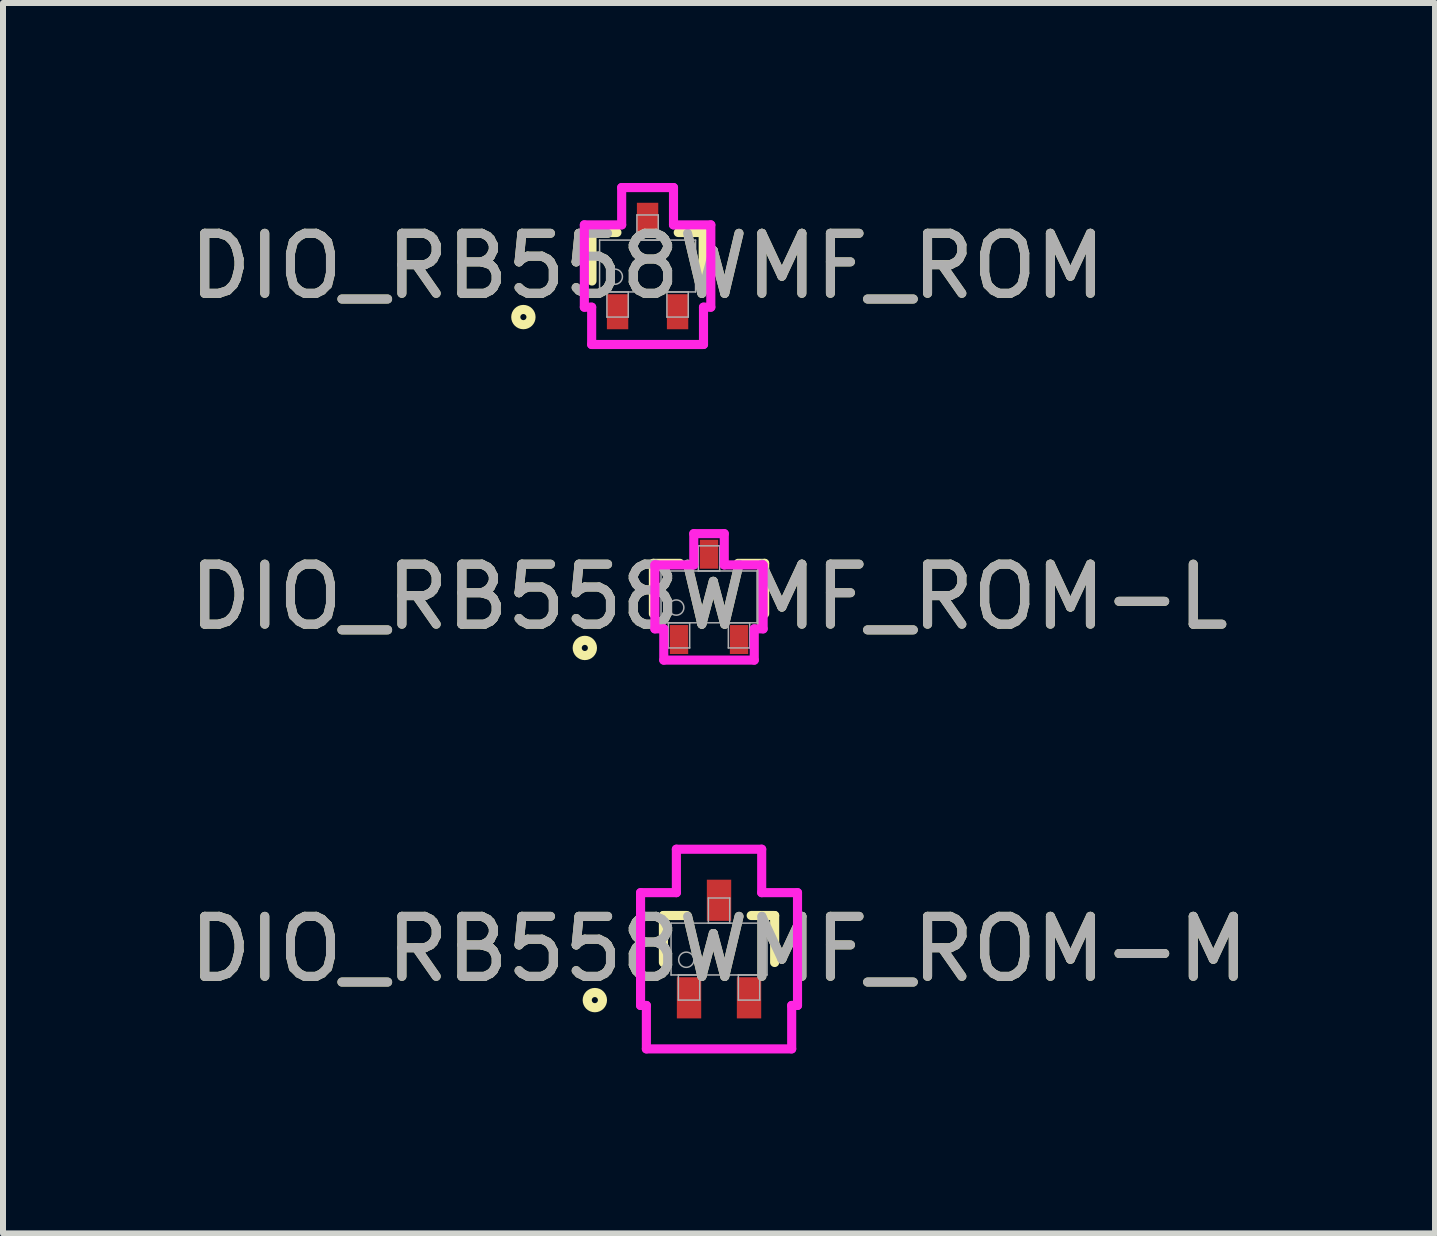
<source format=kicad_pcb>
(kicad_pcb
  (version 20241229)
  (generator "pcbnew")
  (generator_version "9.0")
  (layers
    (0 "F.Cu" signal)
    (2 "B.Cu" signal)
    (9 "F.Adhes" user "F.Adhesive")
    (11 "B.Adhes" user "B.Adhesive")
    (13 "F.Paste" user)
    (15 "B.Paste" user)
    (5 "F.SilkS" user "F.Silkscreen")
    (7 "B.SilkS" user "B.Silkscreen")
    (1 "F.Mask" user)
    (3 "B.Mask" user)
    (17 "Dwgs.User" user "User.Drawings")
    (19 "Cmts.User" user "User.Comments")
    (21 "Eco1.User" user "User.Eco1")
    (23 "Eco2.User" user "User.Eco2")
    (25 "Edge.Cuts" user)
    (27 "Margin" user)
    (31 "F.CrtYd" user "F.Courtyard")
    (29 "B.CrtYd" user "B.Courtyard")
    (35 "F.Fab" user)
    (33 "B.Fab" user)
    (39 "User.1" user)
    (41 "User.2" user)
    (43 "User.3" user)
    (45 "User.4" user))
  (footprint "DIO_RB558WMF_ROM-L"
    (layer "F.Cu")
    (at 8.768 6.899)
    (property "Reference" "DIO_RB558WMF_ROM-L" (at 0 0 0) (unlocked yes) (layer "F.SilkS") (effects (font (size 1 1) (thickness 0.15))))
    (attr smd)
    (fp_line (start -0.927 -0.559) (end -0.927 0.282) (stroke (width 0.152) (type solid)) (layer "F.SilkS"))
    (fp_line (start -0.485 -0.559) (end -0.927 -0.559) (stroke (width 0.152) (type solid)) (layer "F.SilkS"))
    (fp_line (start 0.927 -0.559) (end 0.485 -0.559) (stroke (width 0.152) (type solid)) (layer "F.SilkS"))
    (fp_line (start 0.927 0.282) (end 0.927 -0.559) (stroke (width 0.152) (type solid)) (layer "F.SilkS"))
    (fp_circle (center -2.07 0.851) (end -1.943 0.851) (stroke (width 0.152) (type solid)) (fill no) (layer "F.SilkS"))
    (fp_line (start -0.902 -0.533) (end -0.254 -0.533) (stroke (width 0.152) (type solid)) (layer "F.CrtYd"))
    (fp_line (start -0.902 0.533) (end -0.902 -0.533) (stroke (width 0.152) (type solid)) (layer "F.CrtYd"))
    (fp_line (start -0.902 0.533) (end -0.754 0.533) (stroke (width 0.152) (type solid)) (layer "F.CrtYd"))
    (fp_line (start -0.754 0.533) (end -0.754 1.054) (stroke (width 0.152) (type solid)) (layer "F.CrtYd"))
    (fp_line (start -0.754 1.054) (end 0.754 1.054) (stroke (width 0.152) (type solid)) (layer "F.CrtYd"))
    (fp_line (start -0.254 -1.054) (end 0.254 -1.054) (stroke (width 0.152) (type solid)) (layer "F.CrtYd"))
    (fp_line (start -0.254 -0.533) (end -0.254 -1.054) (stroke (width 0.152) (type solid)) (layer "F.CrtYd"))
    (fp_line (start 0.254 -0.533) (end 0.254 -1.054) (stroke (width 0.152) (type solid)) (layer "F.CrtYd"))
    (fp_line (start 0.754 0.533) (end 0.754 1.054) (stroke (width 0.152) (type solid)) (layer "F.CrtYd"))
    (fp_line (start 0.902 -0.533) (end 0.254 -0.533) (stroke (width 0.152) (type solid)) (layer "F.CrtYd"))
    (fp_line (start 0.902 -0.533) (end 0.902 0.533) (stroke (width 0.152) (type solid)) (layer "F.CrtYd"))
    (fp_line (start 0.902 0.533) (end 0.754 0.533) (stroke (width 0.152) (type solid)) (layer "F.CrtYd"))
    (fp_line (start -0.8 -0.432) (end -0.8 0.432) (stroke (width 0.025) (type solid)) (layer "F.Fab"))
    (fp_line (start -0.8 0.432) (end 0.8 0.432) (stroke (width 0.025) (type solid)) (layer "F.Fab"))
    (fp_line (start -0.678 0.432) (end -0.678 0.851) (stroke (width 0.025) (type solid)) (layer "F.Fab"))
    (fp_line (start -0.678 0.851) (end -0.322 0.851) (stroke (width 0.025) (type solid)) (layer "F.Fab"))
    (fp_line (start -0.322 0.432) (end -0.678 0.432) (stroke (width 0.025) (type solid)) (layer "F.Fab"))
    (fp_line (start -0.322 0.851) (end -0.322 0.432) (stroke (width 0.025) (type solid)) (layer "F.Fab"))
    (fp_line (start -0.178 -0.851) (end -0.178 -0.432) (stroke (width 0.025) (type solid)) (layer "F.Fab"))
    (fp_line (start -0.178 -0.432) (end 0.178 -0.432) (stroke (width 0.025) (type solid)) (layer "F.Fab"))
    (fp_line (start 0.178 -0.851) (end -0.178 -0.851) (stroke (width 0.025) (type solid)) (layer "F.Fab"))
    (fp_line (start 0.178 -0.432) (end 0.178 -0.851) (stroke (width 0.025) (type solid)) (layer "F.Fab"))
    (fp_line (start 0.322 0.432) (end 0.322 0.851) (stroke (width 0.025) (type solid)) (layer "F.Fab"))
    (fp_line (start 0.322 0.851) (end 0.678 0.851) (stroke (width 0.025) (type solid)) (layer "F.Fab"))
    (fp_line (start 0.678 0.432) (end 0.322 0.432) (stroke (width 0.025) (type solid)) (layer "F.Fab"))
    (fp_line (start 0.678 0.851) (end 0.678 0.432) (stroke (width 0.025) (type solid)) (layer "F.Fab"))
    (fp_line (start 0.8 -0.432) (end -0.8 -0.432) (stroke (width 0.025) (type solid)) (layer "F.Fab"))
    (fp_line (start 0.8 0.432) (end 0.8 -0.432) (stroke (width 0.025) (type solid)) (layer "F.Fab"))
    (fp_circle (center -0.546 0.178) (end -0.419 0.178) (stroke (width 0.025) (type solid)) (fill no) (layer "F.Fab"))
    (fp_text user "${REFERENCE}" (at 0 0 0) (unlocked yes) (layer "F.Fab") (effects (font (size 1 1) (thickness 0.15))))
    (pad "1" smd rect (at -0.5 0.711) (size 0.305 0.483) (layers "F.Cu" "F.Mask" "F.Paste"))
    (pad "2" smd rect (at 0.5 0.711) (size 0.305 0.483) (layers "F.Cu" "F.Mask" "F.Paste"))
    (pad "3" smd rect (at 0 -0.711) (size 0.305 0.483) (layers "F.Cu" "F.Mask" "F.Paste")))
  (footprint "DIO_RB558WMF_ROM-M"
    (layer "F.Cu")
    (at 8.935 12.769)
    (property "Reference" "DIO_RB558WMF_ROM-M" (at 0 0 0) (unlocked yes) (layer "F.SilkS") (effects (font (size 1 1) (thickness 0.15))))
    (attr smd)
    (fp_line (start -0.927 -0.559) (end -0.927 0.224) (stroke (width 0.152) (type solid)) (layer "F.SilkS"))
    (fp_line (start -0.536 -0.559) (end -0.927 -0.559) (stroke (width 0.152) (type solid)) (layer "F.SilkS"))
    (fp_line (start 0.927 -0.559) (end 0.536 -0.559) (stroke (width 0.152) (type solid)) (layer "F.SilkS"))
    (fp_line (start 0.927 0.224) (end 0.927 -0.559) (stroke (width 0.152) (type solid)) (layer "F.SilkS"))
    (fp_circle (center -2.07 0.851) (end -1.943 0.851) (stroke (width 0.152) (type solid)) (fill no) (layer "F.SilkS"))
    (fp_line (start -1.308 -0.94) (end -0.711 -0.94) (stroke (width 0.152) (type solid)) (layer "F.CrtYd"))
    (fp_line (start -1.308 0.94) (end -1.308 -0.94) (stroke (width 0.152) (type solid)) (layer "F.CrtYd"))
    (fp_line (start -1.308 0.94) (end -1.211 0.94) (stroke (width 0.152) (type solid)) (layer "F.CrtYd"))
    (fp_line (start -1.211 0.94) (end -1.211 1.664) (stroke (width 0.152) (type solid)) (layer "F.CrtYd"))
    (fp_line (start -1.211 1.664) (end 1.211 1.664) (stroke (width 0.152) (type solid)) (layer "F.CrtYd"))
    (fp_line (start -0.711 -1.664) (end 0.711 -1.664) (stroke (width 0.152) (type solid)) (layer "F.CrtYd"))
    (fp_line (start -0.711 -0.94) (end -0.711 -1.664) (stroke (width 0.152) (type solid)) (layer "F.CrtYd"))
    (fp_line (start 0.711 -0.94) (end 0.711 -1.664) (stroke (width 0.152) (type solid)) (layer "F.CrtYd"))
    (fp_line (start 1.211 0.94) (end 1.211 1.664) (stroke (width 0.152) (type solid)) (layer "F.CrtYd"))
    (fp_line (start 1.308 -0.94) (end 0.711 -0.94) (stroke (width 0.152) (type solid)) (layer "F.CrtYd"))
    (fp_line (start 1.308 -0.94) (end 1.308 0.94) (stroke (width 0.152) (type solid)) (layer "F.CrtYd"))
    (fp_line (start 1.308 0.94) (end 1.211 0.94) (stroke (width 0.152) (type solid)) (layer "F.CrtYd"))
    (fp_line (start -0.8 -0.432) (end -0.8 0.432) (stroke (width 0.025) (type solid)) (layer "F.Fab"))
    (fp_line (start -0.8 0.432) (end 0.8 0.432) (stroke (width 0.025) (type solid)) (layer "F.Fab"))
    (fp_line (start -0.678 0.432) (end -0.678 0.851) (stroke (width 0.025) (type solid)) (layer "F.Fab"))
    (fp_line (start -0.678 0.851) (end -0.322 0.851) (stroke (width 0.025) (type solid)) (layer "F.Fab"))
    (fp_line (start -0.322 0.432) (end -0.678 0.432) (stroke (width 0.025) (type solid)) (layer "F.Fab"))
    (fp_line (start -0.322 0.851) (end -0.322 0.432) (stroke (width 0.025) (type solid)) (layer "F.Fab"))
    (fp_line (start -0.178 -0.851) (end -0.178 -0.432) (stroke (width 0.025) (type solid)) (layer "F.Fab"))
    (fp_line (start -0.178 -0.432) (end 0.178 -0.432) (stroke (width 0.025) (type solid)) (layer "F.Fab"))
    (fp_line (start 0.178 -0.851) (end -0.178 -0.851) (stroke (width 0.025) (type solid)) (layer "F.Fab"))
    (fp_line (start 0.178 -0.432) (end 0.178 -0.851) (stroke (width 0.025) (type solid)) (layer "F.Fab"))
    (fp_line (start 0.322 0.432) (end 0.322 0.851) (stroke (width 0.025) (type solid)) (layer "F.Fab"))
    (fp_line (start 0.322 0.851) (end 0.678 0.851) (stroke (width 0.025) (type solid)) (layer "F.Fab"))
    (fp_line (start 0.678 0.432) (end 0.322 0.432) (stroke (width 0.025) (type solid)) (layer "F.Fab"))
    (fp_line (start 0.678 0.851) (end 0.678 0.432) (stroke (width 0.025) (type solid)) (layer "F.Fab"))
    (fp_line (start 0.8 -0.432) (end -0.8 -0.432) (stroke (width 0.025) (type solid)) (layer "F.Fab"))
    (fp_line (start 0.8 0.432) (end 0.8 -0.432) (stroke (width 0.025) (type solid)) (layer "F.Fab"))
    (fp_circle (center -0.546 0.178) (end -0.419 0.178) (stroke (width 0.025) (type solid)) (fill no) (layer "F.Fab"))
    (fp_text user "${REFERENCE}" (at 0 0 0) (unlocked yes) (layer "F.Fab") (effects (font (size 1 1) (thickness 0.15))))
    (pad "1" smd rect (at -0.5 0.813) (size 0.406 0.686) (layers "F.Cu" "F.Mask" "F.Paste"))
    (pad "2" smd rect (at 0.5 0.813) (size 0.406 0.686) (layers "F.Cu" "F.Mask" "F.Paste"))
    (pad "3" smd rect (at 0 -0.813) (size 0.406 0.686) (layers "F.Cu" "F.Mask" "F.Paste")))
  (footprint "DIO_RB558WMF_ROM"
    (layer "F.Cu")
    (at 7.744 1.384)
    (property "Reference" "DIO_RB558WMF_ROM" (at 0 0 0) (unlocked yes) (layer "F.SilkS") (effects (font (size 1 1) (thickness 0.15))))
    (attr smd)
    (fp_line (start -0.927 -0.559) (end -0.927 0.25) (stroke (width 0.152) (type solid)) (layer "F.SilkS"))
    (fp_line (start -0.511 -0.559) (end -0.927 -0.559) (stroke (width 0.152) (type solid)) (layer "F.SilkS"))
    (fp_line (start 0.927 -0.559) (end 0.511 -0.559) (stroke (width 0.152) (type solid)) (layer "F.SilkS"))
    (fp_line (start 0.927 0.25) (end 0.927 -0.559) (stroke (width 0.152) (type solid)) (layer "F.SilkS"))
    (fp_circle (center -2.07 0.851) (end -1.943 0.851) (stroke (width 0.152) (type solid)) (fill no) (layer "F.SilkS"))
    (fp_line (start -1.054 -0.686) (end -0.432 -0.686) (stroke (width 0.152) (type solid)) (layer "F.CrtYd"))
    (fp_line (start -1.054 0.686) (end -1.054 -0.686) (stroke (width 0.152) (type solid)) (layer "F.CrtYd"))
    (fp_line (start -1.054 0.686) (end -0.932 0.686) (stroke (width 0.152) (type solid)) (layer "F.CrtYd"))
    (fp_line (start -0.932 0.686) (end -0.932 1.308) (stroke (width 0.152) (type solid)) (layer "F.CrtYd"))
    (fp_line (start -0.932 1.308) (end 0.932 1.308) (stroke (width 0.152) (type solid)) (layer "F.CrtYd"))
    (fp_line (start -0.432 -1.308) (end 0.432 -1.308) (stroke (width 0.152) (type solid)) (layer "F.CrtYd"))
    (fp_line (start -0.432 -0.686) (end -0.432 -1.308) (stroke (width 0.152) (type solid)) (layer "F.CrtYd"))
    (fp_line (start 0.432 -0.686) (end 0.432 -1.308) (stroke (width 0.152) (type solid)) (layer "F.CrtYd"))
    (fp_line (start 0.932 0.686) (end 0.932 1.308) (stroke (width 0.152) (type solid)) (layer "F.CrtYd"))
    (fp_line (start 1.054 -0.686) (end 0.432 -0.686) (stroke (width 0.152) (type solid)) (layer "F.CrtYd"))
    (fp_line (start 1.054 -0.686) (end 1.054 0.686) (stroke (width 0.152) (type solid)) (layer "F.CrtYd"))
    (fp_line (start 1.054 0.686) (end 0.932 0.686) (stroke (width 0.152) (type solid)) (layer "F.CrtYd"))
    (fp_line (start -0.8 -0.432) (end -0.8 0.432) (stroke (width 0.025) (type solid)) (layer "F.Fab"))
    (fp_line (start -0.8 0.432) (end 0.8 0.432) (stroke (width 0.025) (type solid)) (layer "F.Fab"))
    (fp_line (start -0.678 0.432) (end -0.678 0.851) (stroke (width 0.025) (type solid)) (layer "F.Fab"))
    (fp_line (start -0.678 0.851) (end -0.322 0.851) (stroke (width 0.025) (type solid)) (layer "F.Fab"))
    (fp_line (start -0.322 0.432) (end -0.678 0.432) (stroke (width 0.025) (type solid)) (layer "F.Fab"))
    (fp_line (start -0.322 0.851) (end -0.322 0.432) (stroke (width 0.025) (type solid)) (layer "F.Fab"))
    (fp_line (start -0.178 -0.851) (end -0.178 -0.432) (stroke (width 0.025) (type solid)) (layer "F.Fab"))
    (fp_line (start -0.178 -0.432) (end 0.178 -0.432) (stroke (width 0.025) (type solid)) (layer "F.Fab"))
    (fp_line (start 0.178 -0.851) (end -0.178 -0.851) (stroke (width 0.025) (type solid)) (layer "F.Fab"))
    (fp_line (start 0.178 -0.432) (end 0.178 -0.851) (stroke (width 0.025) (type solid)) (layer "F.Fab"))
    (fp_line (start 0.322 0.432) (end 0.322 0.851) (stroke (width 0.025) (type solid)) (layer "F.Fab"))
    (fp_line (start 0.322 0.851) (end 0.678 0.851) (stroke (width 0.025) (type solid)) (layer "F.Fab"))
    (fp_line (start 0.678 0.432) (end 0.322 0.432) (stroke (width 0.025) (type solid)) (layer "F.Fab"))
    (fp_line (start 0.678 0.851) (end 0.678 0.432) (stroke (width 0.025) (type solid)) (layer "F.Fab"))
    (fp_line (start 0.8 -0.432) (end -0.8 -0.432) (stroke (width 0.025) (type solid)) (layer "F.Fab"))
    (fp_line (start 0.8 0.432) (end 0.8 -0.432) (stroke (width 0.025) (type solid)) (layer "F.Fab"))
    (fp_circle (center -0.546 0.178) (end -0.419 0.178) (stroke (width 0.025) (type solid)) (fill no) (layer "F.Fab"))
    (fp_text user "${REFERENCE}" (at 0 0 0) (unlocked yes) (layer "F.Fab") (effects (font (size 1 1) (thickness 0.15))))
    (pad "1" smd rect (at -0.5 0.762) (size 0.356 0.584) (layers "F.Cu" "F.Mask" "F.Paste"))
    (pad "2" smd rect (at 0.5 0.762) (size 0.356 0.584) (layers "F.Cu" "F.Mask" "F.Paste"))
    (pad "3" smd rect (at 0 -0.762) (size 0.356 0.584) (layers "F.Cu" "F.Mask" "F.Paste")))
  (gr_rect
    (start -3 -3)
    (end 20.869 17.509)
    (stroke (width 0.1) (type default))
    (fill no)
    (layer "Edge.Cuts")))
</source>
